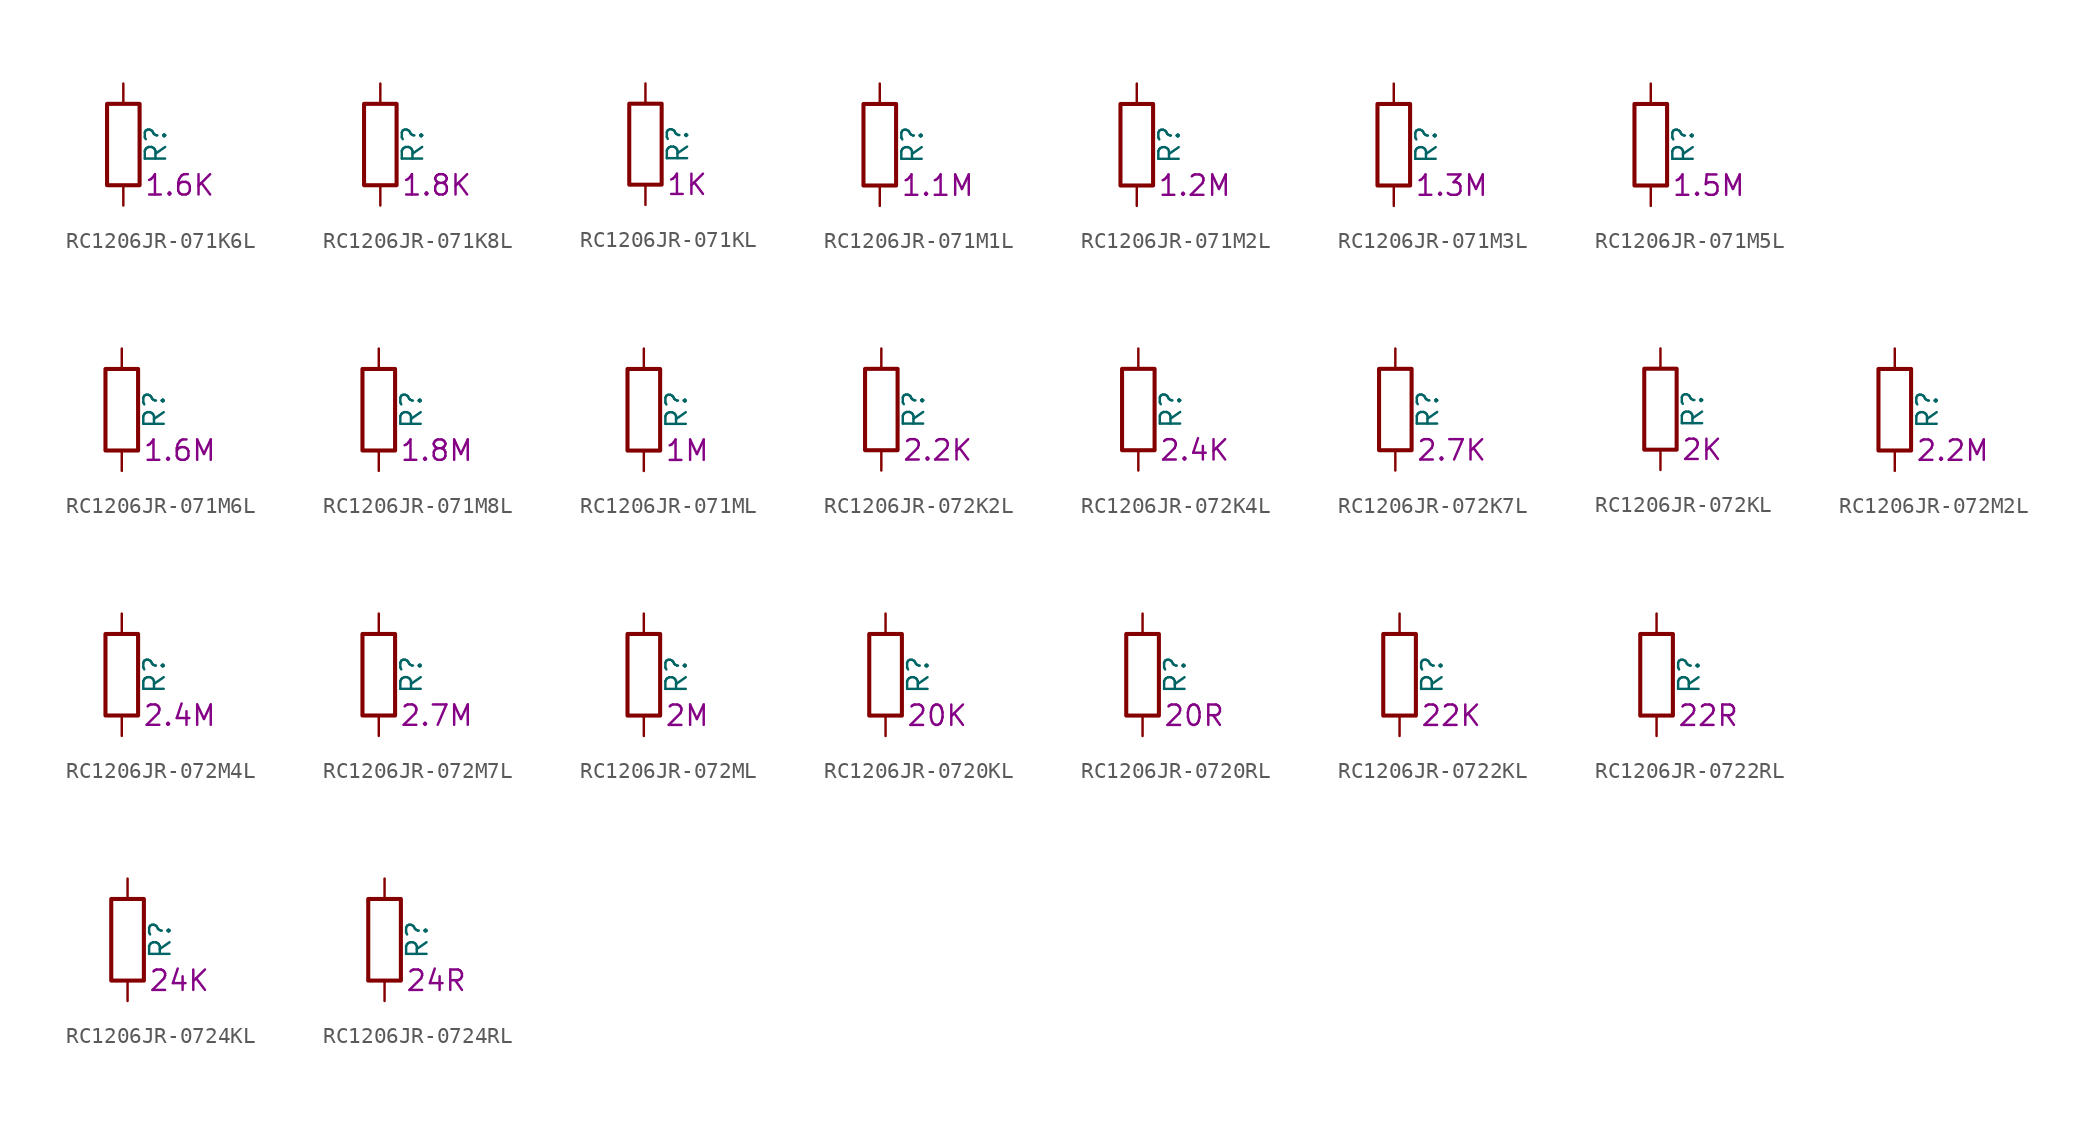
<source format=kicad_sym>
(kicad_symbol_lib
  (version 20220914)
  (generator kicad_symbol_editor)
  (symbol "RC1206JR-071K6L"
    (pin_numbers hide)
    (pin_names
      (offset 0))
    (property "Reference" "R"
      (at 2.032 0 90)
      (effects (font (size 1.27 1.27))))
    (property "Resistance" "1.6K"
      (at 1.27 -2.54 0)
      (effects (font (size 1.27 1.27)) (justify left)))
    (symbol "RC1206JR-071K6L_0_1"
      (rectangle (start -1.016 -2.54) (end 1.016 2.54) (stroke (width 0.254) (type default)) (fill (type none))))
    (symbol "RC1206JR-071K6L_1_1"
      (pin passive line (at 0 3.81 270) (length 1.27) (name "~" (effects (font (size 1.27 1.27)))) (number "1" (effects (font (size 1.27 1.27)))))
      (pin passive line (at 0 -3.81 90) (length 1.27) (name "~" (effects (font (size 1.27 1.27)))) (number "2" (effects (font (size 1.27 1.27)))))))
  (symbol "RC1206JR-071K8L"
    (pin_numbers hide)
    (pin_names
      (offset 0))
    (property "Reference" "R"
      (at 2.032 0 90)
      (effects (font (size 1.27 1.27))))
    (property "Resistance" "1.8K"
      (at 1.27 -2.54 0)
      (effects (font (size 1.27 1.27)) (justify left)))
    (symbol "RC1206JR-071K8L_0_1"
      (rectangle (start -1.016 -2.54) (end 1.016 2.54) (stroke (width 0.254) (type default)) (fill (type none))))
    (symbol "RC1206JR-071K8L_1_1"
      (pin passive line (at 0 3.81 270) (length 1.27) (name "~" (effects (font (size 1.27 1.27)))) (number "1" (effects (font (size 1.27 1.27)))))
      (pin passive line (at 0 -3.81 90) (length 1.27) (name "~" (effects (font (size 1.27 1.27)))) (number "2" (effects (font (size 1.27 1.27)))))))
  (symbol "RC1206JR-071KL"
    (pin_numbers hide)
    (pin_names
      (offset 0))
    (property "Reference" "R"
      (at 2.032 0 90)
      (effects (font (size 1.27 1.27))))
    (property "Resistance" "1K"
      (at 1.27 -2.54 0)
      (effects (font (size 1.27 1.27)) (justify left)))
    (symbol "RC1206JR-071KL_0_1"
      (rectangle (start -1.016 -2.54) (end 1.016 2.54) (stroke (width 0.254) (type default)) (fill (type none))))
    (symbol "RC1206JR-071KL_1_1"
      (pin passive line (at 0 3.81 270) (length 1.27) (name "~" (effects (font (size 1.27 1.27)))) (number "1" (effects (font (size 1.27 1.27)))))
      (pin passive line (at 0 -3.81 90) (length 1.27) (name "~" (effects (font (size 1.27 1.27)))) (number "2" (effects (font (size 1.27 1.27)))))))
  (symbol "RC1206JR-071M1L"
    (pin_numbers hide)
    (pin_names
      (offset 0))
    (property "Reference" "R"
      (at 2.032 0 90)
      (effects (font (size 1.27 1.27))))
    (property "Resistance" "1.1M"
      (at 1.27 -2.54 0)
      (effects (font (size 1.27 1.27)) (justify left)))
    (symbol "RC1206JR-071M1L_0_1"
      (rectangle (start -1.016 -2.54) (end 1.016 2.54) (stroke (width 0.254) (type default)) (fill (type none))))
    (symbol "RC1206JR-071M1L_1_1"
      (pin passive line (at 0 3.81 270) (length 1.27) (name "~" (effects (font (size 1.27 1.27)))) (number "1" (effects (font (size 1.27 1.27)))))
      (pin passive line (at 0 -3.81 90) (length 1.27) (name "~" (effects (font (size 1.27 1.27)))) (number "2" (effects (font (size 1.27 1.27)))))))
  (symbol "RC1206JR-071M2L"
    (pin_numbers hide)
    (pin_names
      (offset 0))
    (property "Reference" "R"
      (at 2.032 0 90)
      (effects (font (size 1.27 1.27))))
    (property "Resistance" "1.2M"
      (at 1.27 -2.54 0)
      (effects (font (size 1.27 1.27)) (justify left)))
    (symbol "RC1206JR-071M2L_0_1"
      (rectangle (start -1.016 -2.54) (end 1.016 2.54) (stroke (width 0.254) (type default)) (fill (type none))))
    (symbol "RC1206JR-071M2L_1_1"
      (pin passive line (at 0 3.81 270) (length 1.27) (name "~" (effects (font (size 1.27 1.27)))) (number "1" (effects (font (size 1.27 1.27)))))
      (pin passive line (at 0 -3.81 90) (length 1.27) (name "~" (effects (font (size 1.27 1.27)))) (number "2" (effects (font (size 1.27 1.27)))))))
  (symbol "RC1206JR-071M3L"
    (pin_numbers hide)
    (pin_names
      (offset 0))
    (property "Reference" "R"
      (at 2.032 0 90)
      (effects (font (size 1.27 1.27))))
    (property "Resistance" "1.3M"
      (at 1.27 -2.54 0)
      (effects (font (size 1.27 1.27)) (justify left)))
    (symbol "RC1206JR-071M3L_0_1"
      (rectangle (start -1.016 -2.54) (end 1.016 2.54) (stroke (width 0.254) (type default)) (fill (type none))))
    (symbol "RC1206JR-071M3L_1_1"
      (pin passive line (at 0 3.81 270) (length 1.27) (name "~" (effects (font (size 1.27 1.27)))) (number "1" (effects (font (size 1.27 1.27)))))
      (pin passive line (at 0 -3.81 90) (length 1.27) (name "~" (effects (font (size 1.27 1.27)))) (number "2" (effects (font (size 1.27 1.27)))))))
  (symbol "RC1206JR-071M5L"
    (pin_numbers hide)
    (pin_names
      (offset 0))
    (property "Reference" "R"
      (at 2.032 0 90)
      (effects (font (size 1.27 1.27))))
    (property "Resistance" "1.5M"
      (at 1.27 -2.54 0)
      (effects (font (size 1.27 1.27)) (justify left)))
    (symbol "RC1206JR-071M5L_0_1"
      (rectangle (start -1.016 -2.54) (end 1.016 2.54) (stroke (width 0.254) (type default)) (fill (type none))))
    (symbol "RC1206JR-071M5L_1_1"
      (pin passive line (at 0 3.81 270) (length 1.27) (name "~" (effects (font (size 1.27 1.27)))) (number "1" (effects (font (size 1.27 1.27)))))
      (pin passive line (at 0 -3.81 90) (length 1.27) (name "~" (effects (font (size 1.27 1.27)))) (number "2" (effects (font (size 1.27 1.27)))))))
  (symbol "RC1206JR-071M6L"
    (pin_numbers hide)
    (pin_names
      (offset 0))
    (property "Reference" "R"
      (at 2.032 0 90)
      (effects (font (size 1.27 1.27))))
    (property "Resistance" "1.6M"
      (at 1.27 -2.54 0)
      (effects (font (size 1.27 1.27)) (justify left)))
    (symbol "RC1206JR-071M6L_0_1"
      (rectangle (start -1.016 -2.54) (end 1.016 2.54) (stroke (width 0.254) (type default)) (fill (type none))))
    (symbol "RC1206JR-071M6L_1_1"
      (pin passive line (at 0 3.81 270) (length 1.27) (name "~" (effects (font (size 1.27 1.27)))) (number "1" (effects (font (size 1.27 1.27)))))
      (pin passive line (at 0 -3.81 90) (length 1.27) (name "~" (effects (font (size 1.27 1.27)))) (number "2" (effects (font (size 1.27 1.27)))))))
  (symbol "RC1206JR-071M8L"
    (pin_numbers hide)
    (pin_names
      (offset 0))
    (property "Reference" "R"
      (at 2.032 0 90)
      (effects (font (size 1.27 1.27))))
    (property "Resistance" "1.8M"
      (at 1.27 -2.54 0)
      (effects (font (size 1.27 1.27)) (justify left)))
    (symbol "RC1206JR-071M8L_0_1"
      (rectangle (start -1.016 -2.54) (end 1.016 2.54) (stroke (width 0.254) (type default)) (fill (type none))))
    (symbol "RC1206JR-071M8L_1_1"
      (pin passive line (at 0 3.81 270) (length 1.27) (name "~" (effects (font (size 1.27 1.27)))) (number "1" (effects (font (size 1.27 1.27)))))
      (pin passive line (at 0 -3.81 90) (length 1.27) (name "~" (effects (font (size 1.27 1.27)))) (number "2" (effects (font (size 1.27 1.27)))))))
  (symbol "RC1206JR-071ML"
    (pin_numbers hide)
    (pin_names
      (offset 0))
    (property "Reference" "R"
      (at 2.032 0 90)
      (effects (font (size 1.27 1.27))))
    (property "Resistance" "1M"
      (at 1.27 -2.54 0)
      (effects (font (size 1.27 1.27)) (justify left)))
    (symbol "RC1206JR-071ML_0_1"
      (rectangle (start -1.016 -2.54) (end 1.016 2.54) (stroke (width 0.254) (type default)) (fill (type none))))
    (symbol "RC1206JR-071ML_1_1"
      (pin passive line (at 0 3.81 270) (length 1.27) (name "~" (effects (font (size 1.27 1.27)))) (number "1" (effects (font (size 1.27 1.27)))))
      (pin passive line (at 0 -3.81 90) (length 1.27) (name "~" (effects (font (size 1.27 1.27)))) (number "2" (effects (font (size 1.27 1.27)))))))
  (symbol "RC1206JR-072K2L"
    (pin_numbers hide)
    (pin_names
      (offset 0))
    (property "Reference" "R"
      (at 2.032 0 90)
      (effects (font (size 1.27 1.27))))
    (property "Resistance" "2.2K"
      (at 1.27 -2.54 0)
      (effects (font (size 1.27 1.27)) (justify left)))
    (symbol "RC1206JR-072K2L_0_1"
      (rectangle (start -1.016 -2.54) (end 1.016 2.54) (stroke (width 0.254) (type default)) (fill (type none))))
    (symbol "RC1206JR-072K2L_1_1"
      (pin passive line (at 0 3.81 270) (length 1.27) (name "~" (effects (font (size 1.27 1.27)))) (number "1" (effects (font (size 1.27 1.27)))))
      (pin passive line (at 0 -3.81 90) (length 1.27) (name "~" (effects (font (size 1.27 1.27)))) (number "2" (effects (font (size 1.27 1.27)))))))
  (symbol "RC1206JR-072K4L"
    (pin_numbers hide)
    (pin_names
      (offset 0))
    (property "Reference" "R"
      (at 2.032 0 90)
      (effects (font (size 1.27 1.27))))
    (property "Resistance" "2.4K"
      (at 1.27 -2.54 0)
      (effects (font (size 1.27 1.27)) (justify left)))
    (symbol "RC1206JR-072K4L_0_1"
      (rectangle (start -1.016 -2.54) (end 1.016 2.54) (stroke (width 0.254) (type default)) (fill (type none))))
    (symbol "RC1206JR-072K4L_1_1"
      (pin passive line (at 0 3.81 270) (length 1.27) (name "~" (effects (font (size 1.27 1.27)))) (number "1" (effects (font (size 1.27 1.27)))))
      (pin passive line (at 0 -3.81 90) (length 1.27) (name "~" (effects (font (size 1.27 1.27)))) (number "2" (effects (font (size 1.27 1.27)))))))
  (symbol "RC1206JR-072K7L"
    (pin_numbers hide)
    (pin_names
      (offset 0))
    (property "Reference" "R"
      (at 2.032 0 90)
      (effects (font (size 1.27 1.27))))
    (property "Resistance" "2.7K"
      (at 1.27 -2.54 0)
      (effects (font (size 1.27 1.27)) (justify left)))
    (symbol "RC1206JR-072K7L_0_1"
      (rectangle (start -1.016 -2.54) (end 1.016 2.54) (stroke (width 0.254) (type default)) (fill (type none))))
    (symbol "RC1206JR-072K7L_1_1"
      (pin passive line (at 0 3.81 270) (length 1.27) (name "~" (effects (font (size 1.27 1.27)))) (number "1" (effects (font (size 1.27 1.27)))))
      (pin passive line (at 0 -3.81 90) (length 1.27) (name "~" (effects (font (size 1.27 1.27)))) (number "2" (effects (font (size 1.27 1.27)))))))
  (symbol "RC1206JR-072KL"
    (pin_numbers hide)
    (pin_names
      (offset 0))
    (property "Reference" "R"
      (at 2.032 0 90)
      (effects (font (size 1.27 1.27))))
    (property "Resistance" "2K"
      (at 1.27 -2.54 0)
      (effects (font (size 1.27 1.27)) (justify left)))
    (symbol "RC1206JR-072KL_0_1"
      (rectangle (start -1.016 -2.54) (end 1.016 2.54) (stroke (width 0.254) (type default)) (fill (type none))))
    (symbol "RC1206JR-072KL_1_1"
      (pin passive line (at 0 3.81 270) (length 1.27) (name "~" (effects (font (size 1.27 1.27)))) (number "1" (effects (font (size 1.27 1.27)))))
      (pin passive line (at 0 -3.81 90) (length 1.27) (name "~" (effects (font (size 1.27 1.27)))) (number "2" (effects (font (size 1.27 1.27)))))))
  (symbol "RC1206JR-072M2L"
    (pin_numbers hide)
    (pin_names
      (offset 0))
    (property "Reference" "R"
      (at 2.032 0 90)
      (effects (font (size 1.27 1.27))))
    (property "Resistance" "2.2M"
      (at 1.27 -2.54 0)
      (effects (font (size 1.27 1.27)) (justify left)))
    (symbol "RC1206JR-072M2L_0_1"
      (rectangle (start -1.016 -2.54) (end 1.016 2.54) (stroke (width 0.254) (type default)) (fill (type none))))
    (symbol "RC1206JR-072M2L_1_1"
      (pin passive line (at 0 3.81 270) (length 1.27) (name "~" (effects (font (size 1.27 1.27)))) (number "1" (effects (font (size 1.27 1.27)))))
      (pin passive line (at 0 -3.81 90) (length 1.27) (name "~" (effects (font (size 1.27 1.27)))) (number "2" (effects (font (size 1.27 1.27)))))))
  (symbol "RC1206JR-072M4L"
    (pin_numbers hide)
    (pin_names
      (offset 0))
    (property "Reference" "R"
      (at 2.032 0 90)
      (effects (font (size 1.27 1.27))))
    (property "Resistance" "2.4M"
      (at 1.27 -2.54 0)
      (effects (font (size 1.27 1.27)) (justify left)))
    (symbol "RC1206JR-072M4L_0_1"
      (rectangle (start -1.016 -2.54) (end 1.016 2.54) (stroke (width 0.254) (type default)) (fill (type none))))
    (symbol "RC1206JR-072M4L_1_1"
      (pin passive line (at 0 3.81 270) (length 1.27) (name "~" (effects (font (size 1.27 1.27)))) (number "1" (effects (font (size 1.27 1.27)))))
      (pin passive line (at 0 -3.81 90) (length 1.27) (name "~" (effects (font (size 1.27 1.27)))) (number "2" (effects (font (size 1.27 1.27)))))))
  (symbol "RC1206JR-072M7L"
    (pin_numbers hide)
    (pin_names
      (offset 0))
    (property "Reference" "R"
      (at 2.032 0 90)
      (effects (font (size 1.27 1.27))))
    (property "Resistance" "2.7M"
      (at 1.27 -2.54 0)
      (effects (font (size 1.27 1.27)) (justify left)))
    (symbol "RC1206JR-072M7L_0_1"
      (rectangle (start -1.016 -2.54) (end 1.016 2.54) (stroke (width 0.254) (type default)) (fill (type none))))
    (symbol "RC1206JR-072M7L_1_1"
      (pin passive line (at 0 3.81 270) (length 1.27) (name "~" (effects (font (size 1.27 1.27)))) (number "1" (effects (font (size 1.27 1.27)))))
      (pin passive line (at 0 -3.81 90) (length 1.27) (name "~" (effects (font (size 1.27 1.27)))) (number "2" (effects (font (size 1.27 1.27)))))))
  (symbol "RC1206JR-072ML"
    (pin_numbers hide)
    (pin_names
      (offset 0))
    (property "Reference" "R"
      (at 2.032 0 90)
      (effects (font (size 1.27 1.27))))
    (property "Resistance" "2M"
      (at 1.27 -2.54 0)
      (effects (font (size 1.27 1.27)) (justify left)))
    (symbol "RC1206JR-072ML_0_1"
      (rectangle (start -1.016 -2.54) (end 1.016 2.54) (stroke (width 0.254) (type default)) (fill (type none))))
    (symbol "RC1206JR-072ML_1_1"
      (pin passive line (at 0 3.81 270) (length 1.27) (name "~" (effects (font (size 1.27 1.27)))) (number "1" (effects (font (size 1.27 1.27)))))
      (pin passive line (at 0 -3.81 90) (length 1.27) (name "~" (effects (font (size 1.27 1.27)))) (number "2" (effects (font (size 1.27 1.27)))))))
  (symbol "RC1206JR-0720KL"
    (pin_numbers hide)
    (pin_names
      (offset 0))
    (property "Reference" "R"
      (at 2.032 0 90)
      (effects (font (size 1.27 1.27))))
    (property "Resistance" "20K"
      (at 1.27 -2.54 0)
      (effects (font (size 1.27 1.27)) (justify left)))
    (symbol "RC1206JR-0720KL_0_1"
      (rectangle (start -1.016 -2.54) (end 1.016 2.54) (stroke (width 0.254) (type default)) (fill (type none))))
    (symbol "RC1206JR-0720KL_1_1"
      (pin passive line (at 0 3.81 270) (length 1.27) (name "~" (effects (font (size 1.27 1.27)))) (number "1" (effects (font (size 1.27 1.27)))))
      (pin passive line (at 0 -3.81 90) (length 1.27) (name "~" (effects (font (size 1.27 1.27)))) (number "2" (effects (font (size 1.27 1.27)))))))
  (symbol "RC1206JR-0720RL"
    (pin_numbers hide)
    (pin_names
      (offset 0))
    (property "Reference" "R"
      (at 2.032 0 90)
      (effects (font (size 1.27 1.27))))
    (property "Resistance" "20R"
      (at 1.27 -2.54 0)
      (effects (font (size 1.27 1.27)) (justify left)))
    (symbol "RC1206JR-0720RL_0_1"
      (rectangle (start -1.016 -2.54) (end 1.016 2.54) (stroke (width 0.254) (type default)) (fill (type none))))
    (symbol "RC1206JR-0720RL_1_1"
      (pin passive line (at 0 3.81 270) (length 1.27) (name "~" (effects (font (size 1.27 1.27)))) (number "1" (effects (font (size 1.27 1.27)))))
      (pin passive line (at 0 -3.81 90) (length 1.27) (name "~" (effects (font (size 1.27 1.27)))) (number "2" (effects (font (size 1.27 1.27)))))))
  (symbol "RC1206JR-0722KL"
    (pin_numbers hide)
    (pin_names
      (offset 0))
    (property "Reference" "R"
      (at 2.032 0 90)
      (effects (font (size 1.27 1.27))))
    (property "Resistance" "22K"
      (at 1.27 -2.54 0)
      (effects (font (size 1.27 1.27)) (justify left)))
    (symbol "RC1206JR-0722KL_0_1"
      (rectangle (start -1.016 -2.54) (end 1.016 2.54) (stroke (width 0.254) (type default)) (fill (type none))))
    (symbol "RC1206JR-0722KL_1_1"
      (pin passive line (at 0 3.81 270) (length 1.27) (name "~" (effects (font (size 1.27 1.27)))) (number "1" (effects (font (size 1.27 1.27)))))
      (pin passive line (at 0 -3.81 90) (length 1.27) (name "~" (effects (font (size 1.27 1.27)))) (number "2" (effects (font (size 1.27 1.27)))))))
  (symbol "RC1206JR-0722RL"
    (pin_numbers hide)
    (pin_names
      (offset 0))
    (property "Reference" "R"
      (at 2.032 0 90)
      (effects (font (size 1.27 1.27))))
    (property "Resistance" "22R"
      (at 1.27 -2.54 0)
      (effects (font (size 1.27 1.27)) (justify left)))
    (symbol "RC1206JR-0722RL_0_1"
      (rectangle (start -1.016 -2.54) (end 1.016 2.54) (stroke (width 0.254) (type default)) (fill (type none))))
    (symbol "RC1206JR-0722RL_1_1"
      (pin passive line (at 0 3.81 270) (length 1.27) (name "~" (effects (font (size 1.27 1.27)))) (number "1" (effects (font (size 1.27 1.27)))))
      (pin passive line (at 0 -3.81 90) (length 1.27) (name "~" (effects (font (size 1.27 1.27)))) (number "2" (effects (font (size 1.27 1.27)))))))
  (symbol "RC1206JR-0724KL"
    (pin_numbers hide)
    (pin_names
      (offset 0))
    (property "Reference" "R"
      (at 2.032 0 90)
      (effects (font (size 1.27 1.27))))
    (property "Resistance" "24K"
      (at 1.27 -2.54 0)
      (effects (font (size 1.27 1.27)) (justify left)))
    (symbol "RC1206JR-0724KL_0_1"
      (rectangle (start -1.016 -2.54) (end 1.016 2.54) (stroke (width 0.254) (type default)) (fill (type none))))
    (symbol "RC1206JR-0724KL_1_1"
      (pin passive line (at 0 3.81 270) (length 1.27) (name "~" (effects (font (size 1.27 1.27)))) (number "1" (effects (font (size 1.27 1.27)))))
      (pin passive line (at 0 -3.81 90) (length 1.27) (name "~" (effects (font (size 1.27 1.27)))) (number "2" (effects (font (size 1.27 1.27)))))))
  (symbol "RC1206JR-0724RL"
    (pin_numbers hide)
    (pin_names
      (offset 0))
    (property "Reference" "R"
      (at 2.032 0 90)
      (effects (font (size 1.27 1.27))))
    (property "Resistance" "24R"
      (at 1.27 -2.54 0)
      (effects (font (size 1.27 1.27)) (justify left)))
    (symbol "RC1206JR-0724RL_0_1"
      (rectangle (start -1.016 -2.54) (end 1.016 2.54) (stroke (width 0.254) (type default)) (fill (type none))))
    (symbol "RC1206JR-0724RL_1_1"
      (pin passive line (at 0 3.81 270) (length 1.27) (name "~" (effects (font (size 1.27 1.27)))) (number "1" (effects (font (size 1.27 1.27)))))
      (pin passive line (at 0 -3.81 90) (length 1.27) (name "~" (effects (font (size 1.27 1.27)))) (number "2" (effects (font (size 1.27 1.27))))))))
</source>
